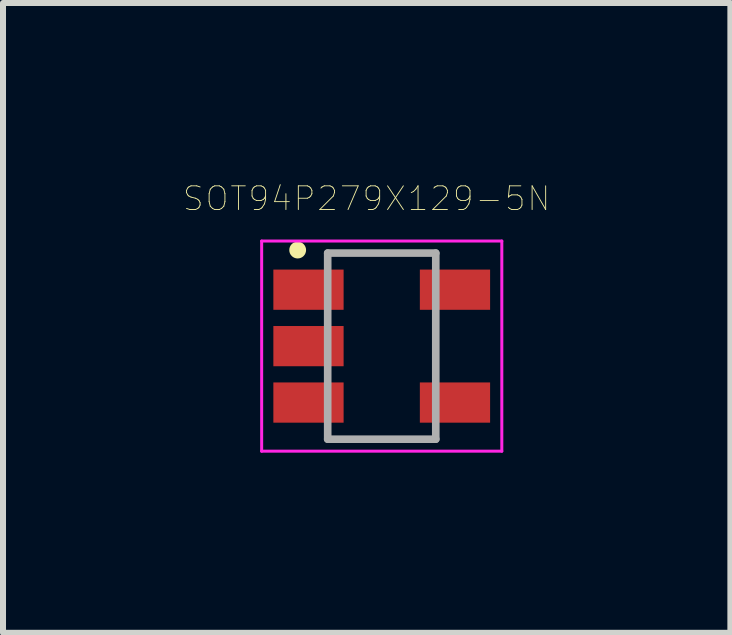
<source format=kicad_pcb>
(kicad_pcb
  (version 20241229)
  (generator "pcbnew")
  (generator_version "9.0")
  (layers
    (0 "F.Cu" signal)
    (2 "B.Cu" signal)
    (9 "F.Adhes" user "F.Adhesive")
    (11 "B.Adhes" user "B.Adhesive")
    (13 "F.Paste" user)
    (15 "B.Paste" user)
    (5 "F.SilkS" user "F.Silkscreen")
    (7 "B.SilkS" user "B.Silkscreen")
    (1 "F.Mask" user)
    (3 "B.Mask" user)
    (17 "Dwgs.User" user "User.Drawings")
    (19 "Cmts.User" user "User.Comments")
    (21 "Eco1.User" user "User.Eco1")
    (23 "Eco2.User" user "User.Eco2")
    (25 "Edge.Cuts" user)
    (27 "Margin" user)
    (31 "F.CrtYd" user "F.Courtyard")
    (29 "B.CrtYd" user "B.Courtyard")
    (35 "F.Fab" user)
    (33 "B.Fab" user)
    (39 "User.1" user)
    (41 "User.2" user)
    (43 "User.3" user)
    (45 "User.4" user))
  (footprint "SOT94P279X129-5N"
    (layer "F.Cu")
    (at 3.308 2.715)
    (property "Reference" "SOT94P279X129-5N" (at -0.251 -2.457 0) (layer "F.SilkS") (effects (font (size 0.395 0.395) (thickness 0.015))))
    (attr through_hole)
    (fp_circle (center -1.4 -1.6) (end -1.33 -1.6) (stroke (width 0.14) (type solid)) (fill no) (layer "F.SilkS"))
    (fp_line (start -2 -1.75) (end -2 1.75) (stroke (width 0.05) (type solid)) (layer "F.CrtYd"))
    (fp_line (start -2 1.75) (end 2 1.75) (stroke (width 0.05) (type solid)) (layer "F.CrtYd"))
    (fp_line (start 2 -1.75) (end -2 -1.75) (stroke (width 0.05) (type solid)) (layer "F.CrtYd"))
    (fp_line (start 2 1.75) (end 2 -1.75) (stroke (width 0.05) (type solid)) (layer "F.CrtYd"))
    (fp_line (start -0.9 -1.55) (end 0.9 -1.55) (stroke (width 0.127) (type solid)) (layer "F.Fab"))
    (fp_line (start -0.9 1.55) (end -0.9 -1.55) (stroke (width 0.127) (type solid)) (layer "F.Fab"))
    (fp_line (start 0.9 -1.55) (end 0.9 1.55) (stroke (width 0.127) (type solid)) (layer "F.Fab"))
    (fp_line (start 0.9 1.55) (end -0.9 1.55) (stroke (width 0.127) (type solid)) (layer "F.Fab"))
    (pad "1" smd rect (at -1.22 -0.94) (size 1.17 0.67) (layers "F.Cu" "F.Mask" "F.Paste"))
    (pad "2" smd rect (at -1.22 0) (size 1.17 0.67) (layers "F.Cu" "F.Mask" "F.Paste"))
    (pad "3" smd rect (at -1.22 0.94) (size 1.17 0.67) (layers "F.Cu" "F.Mask" "F.Paste"))
    (pad "4" smd rect (at 1.22 0.94) (size 1.17 0.67) (layers "F.Cu" "F.Mask" "F.Paste"))
    (pad "5" smd rect (at 1.22 -0.94) (size 1.17 0.67) (layers "F.Cu" "F.Mask" "F.Paste")))
  (gr_rect
    (start -3 -3)
    (end 9.115 7.49)
    (stroke (width 0.1) (type default))
    (fill no)
    (layer "Edge.Cuts")))
</source>
